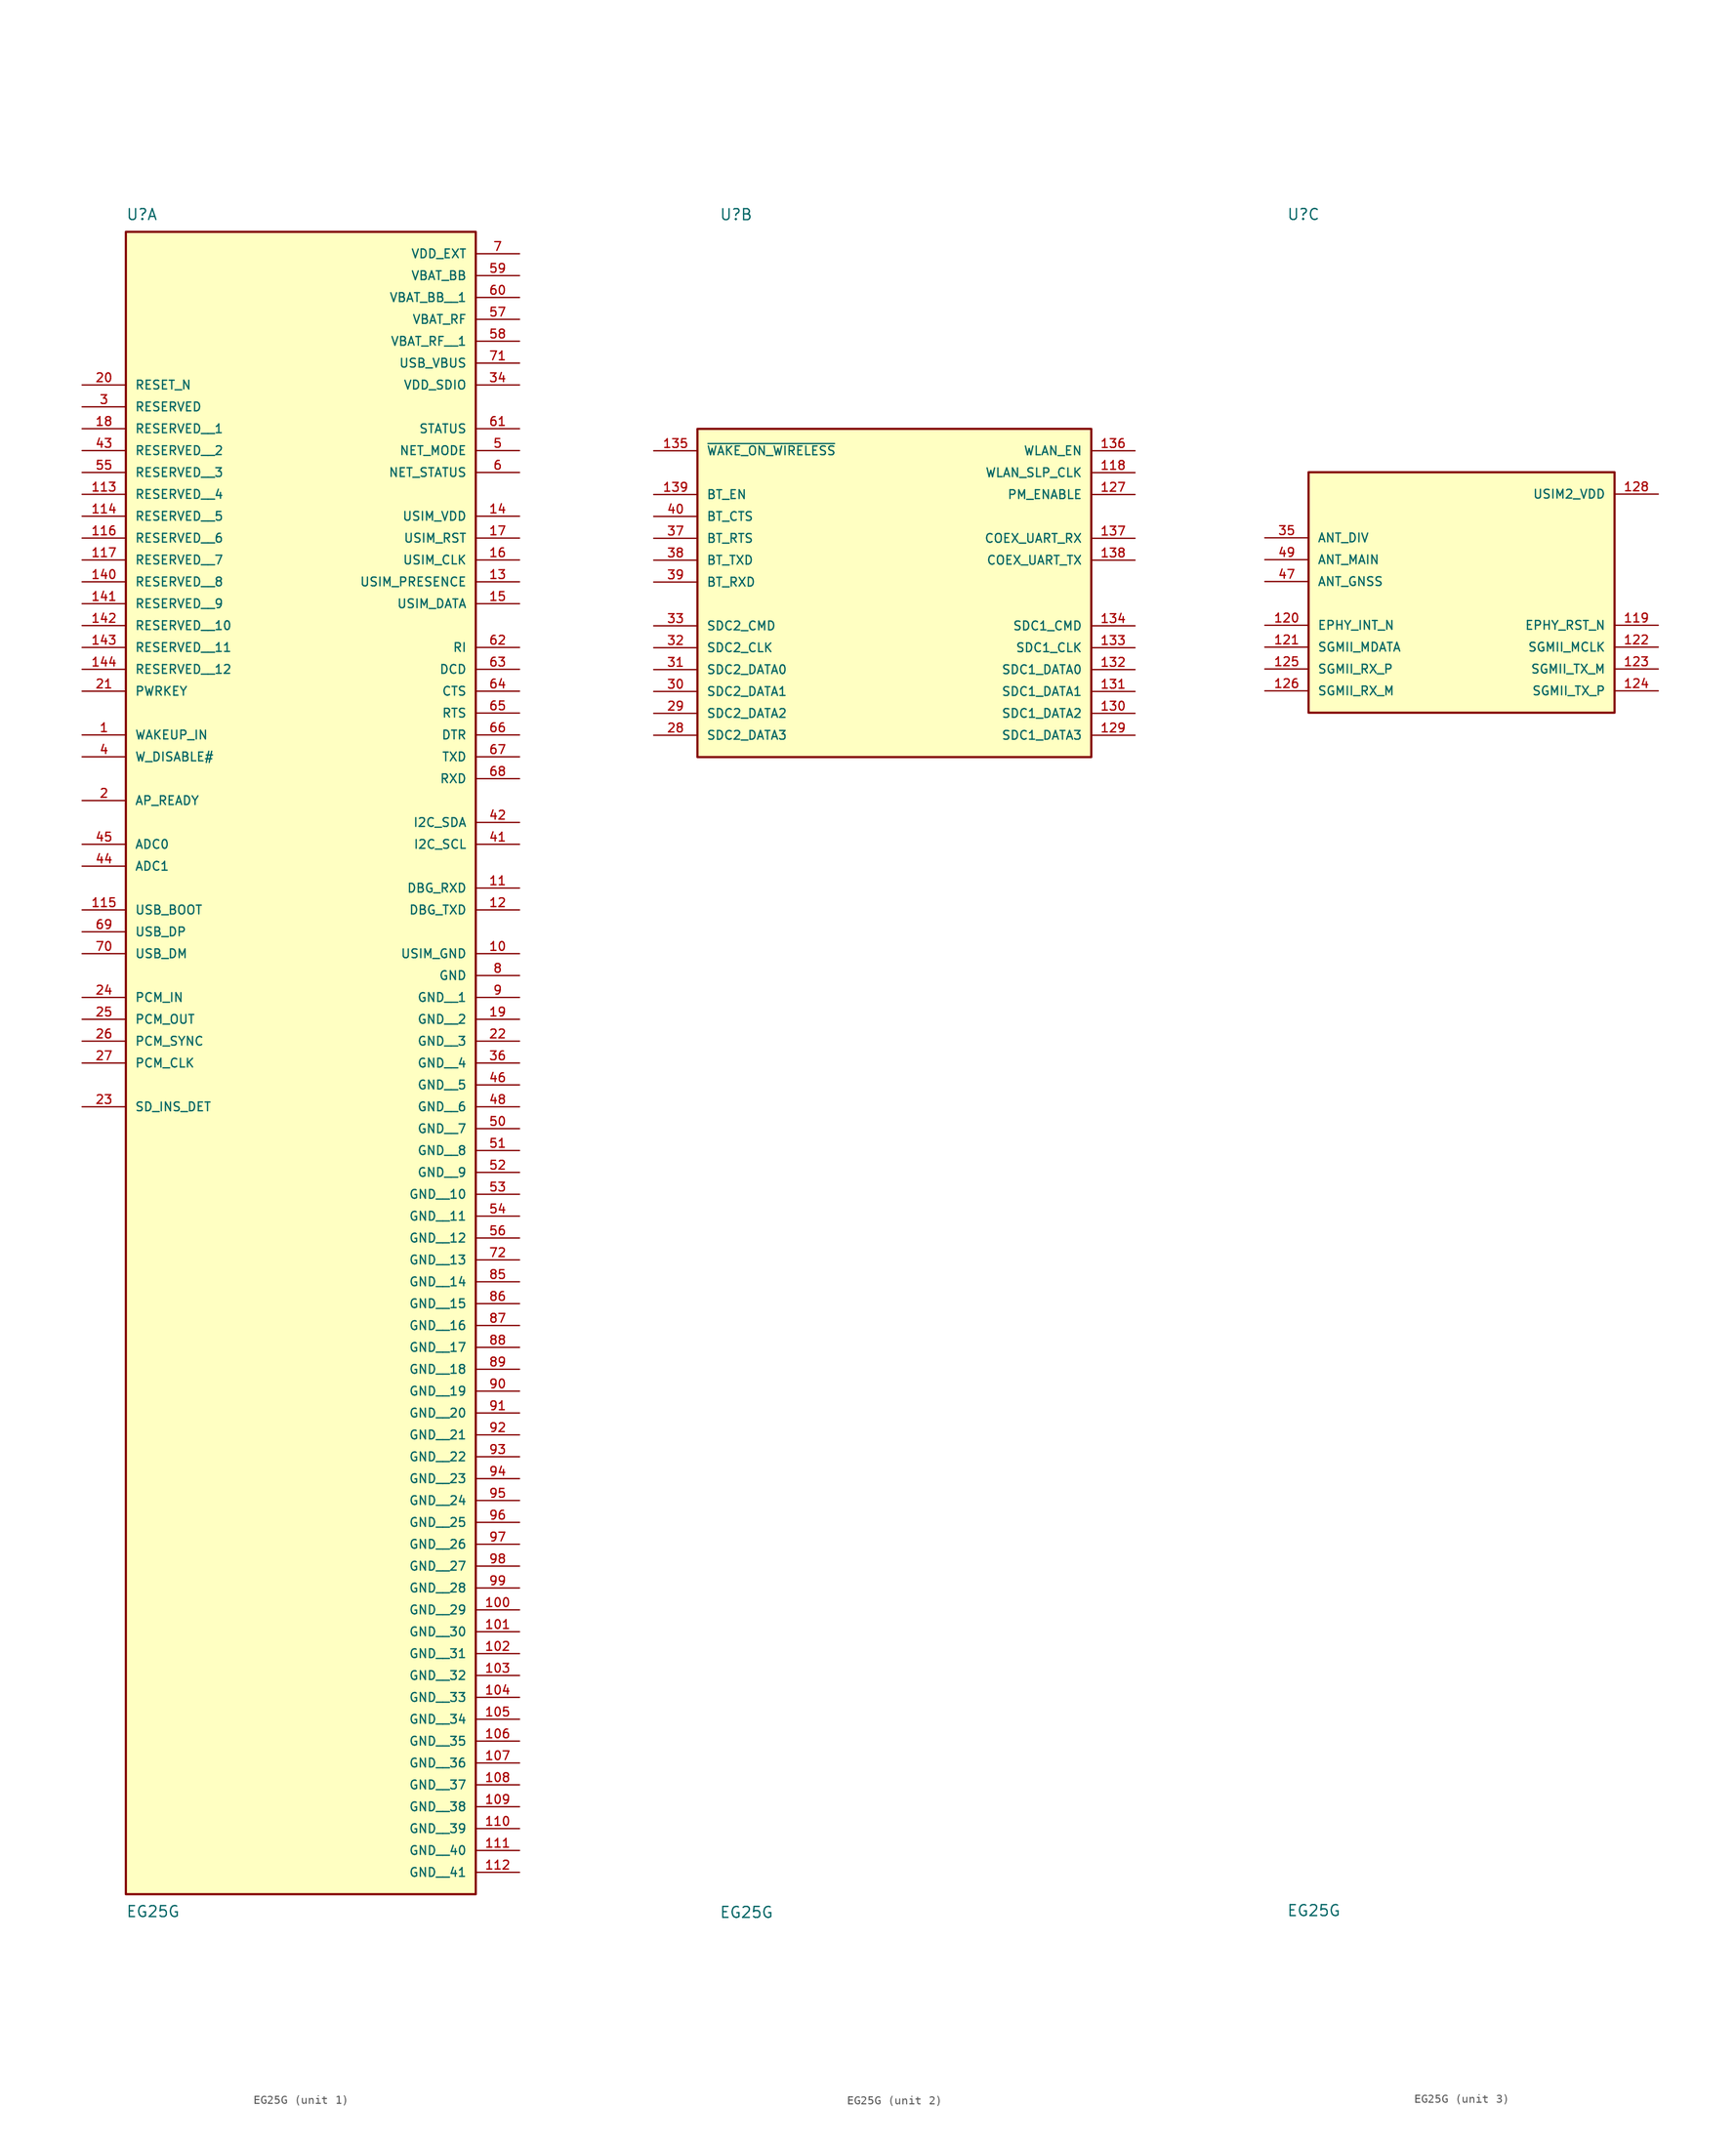
<source format=kicad_sym>
(kicad_symbol_lib
  (version 20211014)
  (generator kicad_symbol_editor)
  (symbol "EG25G"
    (pin_names
      (offset 1.016))
    (property "Reference" "U"
      (at -20.32 41.91 0)
      (effects (font (size 1.27 1.27)) (justify bottom left)))
    (property "Value" "EG25G"
      (at -20.32 -153.67 0)
      (effects (font (size 1.27 1.27)) (justify top left)))
    (symbol "EG25G_1_0"
      (rectangle (start -20.32 -152.4) (end 20.32 40.64) (stroke (width 0.254)) (fill (type background)))
      (pin power_in line (at 25.4 35.56 180.0) (length 5.08) (name "VBAT_BB" (effects (font (size 1.016 1.016)))) (number "59" (effects (font (size 1.016 1.016)))))
      (pin power_in line (at 25.4 30.48 180.0) (length 5.08) (name "VBAT_RF" (effects (font (size 1.016 1.016)))) (number "57" (effects (font (size 1.016 1.016)))))
      (pin power_in line (at 25.4 38.1 180.0) (length 5.08) (name "VDD_EXT" (effects (font (size 1.016 1.016)))) (number "7" (effects (font (size 1.016 1.016)))))
      (pin power_in line (at 25.4 -45.72 180.0) (length 5.08) (name "GND" (effects (font (size 1.016 1.016)))) (number "8" (effects (font (size 1.016 1.016)))))
      (pin input line (at -25.4 -12.7 0) (length 5.08) (name "PWRKEY" (effects (font (size 1.016 1.016)))) (number "21" (effects (font (size 1.016 1.016)))))
      (pin input line (at -25.4 22.86 0) (length 5.08) (name "RESET_N" (effects (font (size 1.016 1.016)))) (number "20" (effects (font (size 1.016 1.016)))))
      (pin output line (at 25.4 17.78 180.0) (length 5.08) (name "STATUS" (effects (font (size 1.016 1.016)))) (number "61" (effects (font (size 1.016 1.016)))))
      (pin output line (at 25.4 15.24 180.0) (length 5.08) (name "NET_MODE" (effects (font (size 1.016 1.016)))) (number "5" (effects (font (size 1.016 1.016)))))
      (pin output line (at 25.4 12.7 180.0) (length 5.08) (name "NET_STATUS" (effects (font (size 1.016 1.016)))) (number "6" (effects (font (size 1.016 1.016)))))
      (pin power_in line (at 25.4 25.4 180.0) (length 5.08) (name "USB_VBUS" (effects (font (size 1.016 1.016)))) (number "71" (effects (font (size 1.016 1.016)))))
      (pin bidirectional line (at -25.4 -40.64 0) (length 5.08) (name "USB_DP" (effects (font (size 1.016 1.016)))) (number "69" (effects (font (size 1.016 1.016)))))
      (pin bidirectional line (at -25.4 -43.18 0) (length 5.08) (name "USB_DM" (effects (font (size 1.016 1.016)))) (number "70" (effects (font (size 1.016 1.016)))))
      (pin power_in line (at 25.4 -43.18 180.0) (length 5.08) (name "USIM_GND" (effects (font (size 1.016 1.016)))) (number "10" (effects (font (size 1.016 1.016)))))
      (pin output line (at 25.4 7.62 180.0) (length 5.08) (name "USIM_VDD" (effects (font (size 1.016 1.016)))) (number "14" (effects (font (size 1.016 1.016)))))
      (pin bidirectional line (at 25.4 -2.54 180.0) (length 5.08) (name "USIM_DATA" (effects (font (size 1.016 1.016)))) (number "15" (effects (font (size 1.016 1.016)))))
      (pin output line (at 25.4 2.54 180.0) (length 5.08) (name "USIM_CLK" (effects (font (size 1.016 1.016)))) (number "16" (effects (font (size 1.016 1.016)))))
      (pin output line (at 25.4 5.08 180.0) (length 5.08) (name "USIM_RST" (effects (font (size 1.016 1.016)))) (number "17" (effects (font (size 1.016 1.016)))))
      (pin input line (at 25.4 0.0 180.0) (length 5.08) (name "USIM_PRESENCE" (effects (font (size 1.016 1.016)))) (number "13" (effects (font (size 1.016 1.016)))))
      (pin output line (at 25.4 -7.62 180.0) (length 5.08) (name "RI" (effects (font (size 1.016 1.016)))) (number "62" (effects (font (size 1.016 1.016)))))
      (pin output line (at 25.4 -10.16 180.0) (length 5.08) (name "DCD" (effects (font (size 1.016 1.016)))) (number "63" (effects (font (size 1.016 1.016)))))
      (pin output line (at 25.4 -12.7 180.0) (length 5.08) (name "CTS" (effects (font (size 1.016 1.016)))) (number "64" (effects (font (size 1.016 1.016)))))
      (pin input line (at 25.4 -15.24 180.0) (length 5.08) (name "RTS" (effects (font (size 1.016 1.016)))) (number "65" (effects (font (size 1.016 1.016)))))
      (pin input line (at 25.4 -17.78 180.0) (length 5.08) (name "DTR" (effects (font (size 1.016 1.016)))) (number "66" (effects (font (size 1.016 1.016)))))
      (pin output line (at 25.4 -20.32 180.0) (length 5.08) (name "TXD" (effects (font (size 1.016 1.016)))) (number "67" (effects (font (size 1.016 1.016)))))
      (pin input line (at 25.4 -22.86 180.0) (length 5.08) (name "RXD" (effects (font (size 1.016 1.016)))) (number "68" (effects (font (size 1.016 1.016)))))
      (pin output line (at 25.4 -38.1 180.0) (length 5.08) (name "DBG_TXD" (effects (font (size 1.016 1.016)))) (number "12" (effects (font (size 1.016 1.016)))))
      (pin input line (at 25.4 -35.56 180.0) (length 5.08) (name "DBG_RXD" (effects (font (size 1.016 1.016)))) (number "11" (effects (font (size 1.016 1.016)))))
      (pin input line (at -25.4 -30.48 0) (length 5.08) (name "ADC0" (effects (font (size 1.016 1.016)))) (number "45" (effects (font (size 1.016 1.016)))))
      (pin input line (at -25.4 -33.02 0) (length 5.08) (name "ADC1" (effects (font (size 1.016 1.016)))) (number "44" (effects (font (size 1.016 1.016)))))
      (pin input line (at -25.4 -48.26 0) (length 5.08) (name "PCM_IN" (effects (font (size 1.016 1.016)))) (number "24" (effects (font (size 1.016 1.016)))))
      (pin output line (at -25.4 -50.8 0) (length 5.08) (name "PCM_OUT" (effects (font (size 1.016 1.016)))) (number "25" (effects (font (size 1.016 1.016)))))
      (pin bidirectional line (at -25.4 -53.34 0) (length 5.08) (name "PCM_SYNC" (effects (font (size 1.016 1.016)))) (number "26" (effects (font (size 1.016 1.016)))))
      (pin bidirectional line (at -25.4 -55.88 0) (length 5.08) (name "PCM_CLK" (effects (font (size 1.016 1.016)))) (number "27" (effects (font (size 1.016 1.016)))))
      (pin output line (at 25.4 -30.48 180.0) (length 5.08) (name "I2C_SCL" (effects (font (size 1.016 1.016)))) (number "41" (effects (font (size 1.016 1.016)))))
      (pin output line (at 25.4 -27.94 180.0) (length 5.08) (name "I2C_SDA" (effects (font (size 1.016 1.016)))) (number "42" (effects (font (size 1.016 1.016)))))
      (pin input line (at -25.4 -60.96 0) (length 5.08) (name "SD_INS_DET" (effects (font (size 1.016 1.016)))) (number "23" (effects (font (size 1.016 1.016)))))
      (pin output line (at 25.4 22.86 180.0) (length 5.08) (name "VDD_SDIO" (effects (font (size 1.016 1.016)))) (number "34" (effects (font (size 1.016 1.016)))))
      (pin input line (at -25.4 -17.78 0) (length 5.08) (name "WAKEUP_IN" (effects (font (size 1.016 1.016)))) (number "1" (effects (font (size 1.016 1.016)))))
      (pin input line (at -25.4 -20.32 0) (length 5.08) (name "W_DISABLE#" (effects (font (size 1.016 1.016)))) (number "4" (effects (font (size 1.016 1.016)))))
      (pin input line (at -25.4 -25.4 0) (length 5.08) (name "AP_READY" (effects (font (size 1.016 1.016)))) (number "2" (effects (font (size 1.016 1.016)))))
      (pin input line (at -25.4 -38.1 0) (length 5.08) (name "USB_BOOT" (effects (font (size 1.016 1.016)))) (number "115" (effects (font (size 1.016 1.016)))))
      (pin bidirectional line (at -25.4 20.32 0) (length 5.08) (name "RESERVED" (effects (font (size 1.016 1.016)))) (number "3" (effects (font (size 1.016 1.016)))))
      (pin bidirectional line (at -25.4 17.78 0) (length 5.08) (name "RESERVED__1" (effects (font (size 1.016 1.016)))) (number "18" (effects (font (size 1.016 1.016)))))
      (pin bidirectional line (at -25.4 15.24 0) (length 5.08) (name "RESERVED__2" (effects (font (size 1.016 1.016)))) (number "43" (effects (font (size 1.016 1.016)))))
      (pin bidirectional line (at -25.4 12.7 0) (length 5.08) (name "RESERVED__3" (effects (font (size 1.016 1.016)))) (number "55" (effects (font (size 1.016 1.016)))))
      (pin bidirectional line (at -25.4 10.16 0) (length 5.08) (name "RESERVED__4" (effects (font (size 1.016 1.016)))) (number "113" (effects (font (size 1.016 1.016)))))
      (pin bidirectional line (at -25.4 7.62 0) (length 5.08) (name "RESERVED__5" (effects (font (size 1.016 1.016)))) (number "114" (effects (font (size 1.016 1.016)))))
      (pin bidirectional line (at -25.4 5.08 0) (length 5.08) (name "RESERVED__6" (effects (font (size 1.016 1.016)))) (number "116" (effects (font (size 1.016 1.016)))))
      (pin bidirectional line (at -25.4 2.54 0) (length 5.08) (name "RESERVED__7" (effects (font (size 1.016 1.016)))) (number "117" (effects (font (size 1.016 1.016)))))
      (pin bidirectional line (at -25.4 0.0 0) (length 5.08) (name "RESERVED__8" (effects (font (size 1.016 1.016)))) (number "140" (effects (font (size 1.016 1.016)))))
      (pin bidirectional line (at -25.4 -2.54 0) (length 5.08) (name "RESERVED__9" (effects (font (size 1.016 1.016)))) (number "141" (effects (font (size 1.016 1.016)))))
      (pin bidirectional line (at -25.4 -5.08 0) (length 5.08) (name "RESERVED__10" (effects (font (size 1.016 1.016)))) (number "142" (effects (font (size 1.016 1.016)))))
      (pin bidirectional line (at -25.4 -7.62 0) (length 5.08) (name "RESERVED__11" (effects (font (size 1.016 1.016)))) (number "143" (effects (font (size 1.016 1.016)))))
      (pin bidirectional line (at -25.4 -10.16 0) (length 5.08) (name "RESERVED__12" (effects (font (size 1.016 1.016)))) (number "144" (effects (font (size 1.016 1.016)))))
      (pin power_in line (at 25.4 33.02 180.0) (length 5.08) (name "VBAT_BB__1" (effects (font (size 1.016 1.016)))) (number "60" (effects (font (size 1.016 1.016)))))
      (pin power_in line (at 25.4 27.94 180.0) (length 5.08) (name "VBAT_RF__1" (effects (font (size 1.016 1.016)))) (number "58" (effects (font (size 1.016 1.016)))))
      (pin power_in line (at 25.4 -48.26 180.0) (length 5.08) (name "GND__1" (effects (font (size 1.016 1.016)))) (number "9" (effects (font (size 1.016 1.016)))))
      (pin power_in line (at 25.4 -50.8 180.0) (length 5.08) (name "GND__2" (effects (font (size 1.016 1.016)))) (number "19" (effects (font (size 1.016 1.016)))))
      (pin power_in line (at 25.4 -53.34 180.0) (length 5.08) (name "GND__3" (effects (font (size 1.016 1.016)))) (number "22" (effects (font (size 1.016 1.016)))))
      (pin power_in line (at 25.4 -55.88 180.0) (length 5.08) (name "GND__4" (effects (font (size 1.016 1.016)))) (number "36" (effects (font (size 1.016 1.016)))))
      (pin power_in line (at 25.4 -58.42 180.0) (length 5.08) (name "GND__5" (effects (font (size 1.016 1.016)))) (number "46" (effects (font (size 1.016 1.016)))))
      (pin power_in line (at 25.4 -60.96 180.0) (length 5.08) (name "GND__6" (effects (font (size 1.016 1.016)))) (number "48" (effects (font (size 1.016 1.016)))))
      (pin power_in line (at 25.4 -63.5 180.0) (length 5.08) (name "GND__7" (effects (font (size 1.016 1.016)))) (number "50" (effects (font (size 1.016 1.016)))))
      (pin power_in line (at 25.4 -66.04 180.0) (length 5.08) (name "GND__8" (effects (font (size 1.016 1.016)))) (number "51" (effects (font (size 1.016 1.016)))))
      (pin power_in line (at 25.4 -68.58 180.0) (length 5.08) (name "GND__9" (effects (font (size 1.016 1.016)))) (number "52" (effects (font (size 1.016 1.016)))))
      (pin power_in line (at 25.4 -71.12 180.0) (length 5.08) (name "GND__10" (effects (font (size 1.016 1.016)))) (number "53" (effects (font (size 1.016 1.016)))))
      (pin power_in line (at 25.4 -73.66 180.0) (length 5.08) (name "GND__11" (effects (font (size 1.016 1.016)))) (number "54" (effects (font (size 1.016 1.016)))))
      (pin power_in line (at 25.4 -76.2 180.0) (length 5.08) (name "GND__12" (effects (font (size 1.016 1.016)))) (number "56" (effects (font (size 1.016 1.016)))))
      (pin power_in line (at 25.4 -78.74 180.0) (length 5.08) (name "GND__13" (effects (font (size 1.016 1.016)))) (number "72" (effects (font (size 1.016 1.016)))))
      (pin power_in line (at 25.4 -81.28 180.0) (length 5.08) (name "GND__14" (effects (font (size 1.016 1.016)))) (number "85" (effects (font (size 1.016 1.016)))))
      (pin power_in line (at 25.4 -83.82 180.0) (length 5.08) (name "GND__15" (effects (font (size 1.016 1.016)))) (number "86" (effects (font (size 1.016 1.016)))))
      (pin power_in line (at 25.4 -86.36 180.0) (length 5.08) (name "GND__16" (effects (font (size 1.016 1.016)))) (number "87" (effects (font (size 1.016 1.016)))))
      (pin power_in line (at 25.4 -88.9 180.0) (length 5.08) (name "GND__17" (effects (font (size 1.016 1.016)))) (number "88" (effects (font (size 1.016 1.016)))))
      (pin power_in line (at 25.4 -91.44 180.0) (length 5.08) (name "GND__18" (effects (font (size 1.016 1.016)))) (number "89" (effects (font (size 1.016 1.016)))))
      (pin power_in line (at 25.4 -93.98 180.0) (length 5.08) (name "GND__19" (effects (font (size 1.016 1.016)))) (number "90" (effects (font (size 1.016 1.016)))))
      (pin power_in line (at 25.4 -96.52 180.0) (length 5.08) (name "GND__20" (effects (font (size 1.016 1.016)))) (number "91" (effects (font (size 1.016 1.016)))))
      (pin power_in line (at 25.4 -99.06 180.0) (length 5.08) (name "GND__21" (effects (font (size 1.016 1.016)))) (number "92" (effects (font (size 1.016 1.016)))))
      (pin power_in line (at 25.4 -101.6 180.0) (length 5.08) (name "GND__22" (effects (font (size 1.016 1.016)))) (number "93" (effects (font (size 1.016 1.016)))))
      (pin power_in line (at 25.4 -104.14 180.0) (length 5.08) (name "GND__23" (effects (font (size 1.016 1.016)))) (number "94" (effects (font (size 1.016 1.016)))))
      (pin power_in line (at 25.4 -106.68 180.0) (length 5.08) (name "GND__24" (effects (font (size 1.016 1.016)))) (number "95" (effects (font (size 1.016 1.016)))))
      (pin power_in line (at 25.4 -109.22 180.0) (length 5.08) (name "GND__25" (effects (font (size 1.016 1.016)))) (number "96" (effects (font (size 1.016 1.016)))))
      (pin power_in line (at 25.4 -111.76 180.0) (length 5.08) (name "GND__26" (effects (font (size 1.016 1.016)))) (number "97" (effects (font (size 1.016 1.016)))))
      (pin power_in line (at 25.4 -114.3 180.0) (length 5.08) (name "GND__27" (effects (font (size 1.016 1.016)))) (number "98" (effects (font (size 1.016 1.016)))))
      (pin power_in line (at 25.4 -116.84 180.0) (length 5.08) (name "GND__28" (effects (font (size 1.016 1.016)))) (number "99" (effects (font (size 1.016 1.016)))))
      (pin power_in line (at 25.4 -119.38 180.0) (length 5.08) (name "GND__29" (effects (font (size 1.016 1.016)))) (number "100" (effects (font (size 1.016 1.016)))))
      (pin power_in line (at 25.4 -121.92 180.0) (length 5.08) (name "GND__30" (effects (font (size 1.016 1.016)))) (number "101" (effects (font (size 1.016 1.016)))))
      (pin power_in line (at 25.4 -124.46 180.0) (length 5.08) (name "GND__31" (effects (font (size 1.016 1.016)))) (number "102" (effects (font (size 1.016 1.016)))))
      (pin power_in line (at 25.4 -127.0 180.0) (length 5.08) (name "GND__32" (effects (font (size 1.016 1.016)))) (number "103" (effects (font (size 1.016 1.016)))))
      (pin power_in line (at 25.4 -129.54 180.0) (length 5.08) (name "GND__33" (effects (font (size 1.016 1.016)))) (number "104" (effects (font (size 1.016 1.016)))))
      (pin power_in line (at 25.4 -132.08 180.0) (length 5.08) (name "GND__34" (effects (font (size 1.016 1.016)))) (number "105" (effects (font (size 1.016 1.016)))))
      (pin power_in line (at 25.4 -134.62 180.0) (length 5.08) (name "GND__35" (effects (font (size 1.016 1.016)))) (number "106" (effects (font (size 1.016 1.016)))))
      (pin power_in line (at 25.4 -137.16 180.0) (length 5.08) (name "GND__36" (effects (font (size 1.016 1.016)))) (number "107" (effects (font (size 1.016 1.016)))))
      (pin power_in line (at 25.4 -139.7 180.0) (length 5.08) (name "GND__37" (effects (font (size 1.016 1.016)))) (number "108" (effects (font (size 1.016 1.016)))))
      (pin power_in line (at 25.4 -142.24 180.0) (length 5.08) (name "GND__38" (effects (font (size 1.016 1.016)))) (number "109" (effects (font (size 1.016 1.016)))))
      (pin power_in line (at 25.4 -144.78 180.0) (length 5.08) (name "GND__39" (effects (font (size 1.016 1.016)))) (number "110" (effects (font (size 1.016 1.016)))))
      (pin power_in line (at 25.4 -147.32 180.0) (length 5.08) (name "GND__40" (effects (font (size 1.016 1.016)))) (number "111" (effects (font (size 1.016 1.016)))))
      (pin power_in line (at 25.4 -149.86 180.0) (length 5.08) (name "GND__41" (effects (font (size 1.016 1.016)))) (number "112" (effects (font (size 1.016 1.016))))))
    (symbol "EG25G_2_0"
      (rectangle (start -22.86 -20.32) (end 22.86 17.78) (stroke (width 0.254)) (fill (type background)))
      (pin bidirectional line (at -27.94 -17.78 0) (length 5.08) (name "SDC2_DATA3" (effects (font (size 1.016 1.016)))) (number "28" (effects (font (size 1.016 1.016)))))
      (pin bidirectional line (at -27.94 -15.24 0) (length 5.08) (name "SDC2_DATA2" (effects (font (size 1.016 1.016)))) (number "29" (effects (font (size 1.016 1.016)))))
      (pin bidirectional line (at -27.94 -12.7 0) (length 5.08) (name "SDC2_DATA1" (effects (font (size 1.016 1.016)))) (number "30" (effects (font (size 1.016 1.016)))))
      (pin bidirectional line (at -27.94 -10.16 0) (length 5.08) (name "SDC2_DATA0" (effects (font (size 1.016 1.016)))) (number "31" (effects (font (size 1.016 1.016)))))
      (pin output line (at -27.94 -7.62 0) (length 5.08) (name "SDC2_CLK" (effects (font (size 1.016 1.016)))) (number "32" (effects (font (size 1.016 1.016)))))
      (pin bidirectional line (at -27.94 -5.08 0) (length 5.08) (name "SDC2_CMD" (effects (font (size 1.016 1.016)))) (number "33" (effects (font (size 1.016 1.016)))))
      (pin output line (at 27.94 12.7 180.0) (length 5.08) (name "WLAN_SLP_CLK" (effects (font (size 1.016 1.016)))) (number "118" (effects (font (size 1.016 1.016)))))
      (pin output line (at 27.94 10.16 180.0) (length 5.08) (name "PM_ENABLE" (effects (font (size 1.016 1.016)))) (number "127" (effects (font (size 1.016 1.016)))))
      (pin bidirectional line (at 27.94 -17.78 180.0) (length 5.08) (name "SDC1_DATA3" (effects (font (size 1.016 1.016)))) (number "129" (effects (font (size 1.016 1.016)))))
      (pin bidirectional line (at 27.94 -15.24 180.0) (length 5.08) (name "SDC1_DATA2" (effects (font (size 1.016 1.016)))) (number "130" (effects (font (size 1.016 1.016)))))
      (pin bidirectional line (at 27.94 -12.7 180.0) (length 5.08) (name "SDC1_DATA1" (effects (font (size 1.016 1.016)))) (number "131" (effects (font (size 1.016 1.016)))))
      (pin bidirectional line (at 27.94 -10.16 180.0) (length 5.08) (name "SDC1_DATA0" (effects (font (size 1.016 1.016)))) (number "132" (effects (font (size 1.016 1.016)))))
      (pin output line (at 27.94 -7.62 180.0) (length 5.08) (name "SDC1_CLK" (effects (font (size 1.016 1.016)))) (number "133" (effects (font (size 1.016 1.016)))))
      (pin output line (at 27.94 -5.08 180.0) (length 5.08) (name "SDC1_CMD" (effects (font (size 1.016 1.016)))) (number "134" (effects (font (size 1.016 1.016)))))
      (pin input line (at -27.94 15.24 0) (length 5.08) (name "~{WAKE_ON_WIRELESS}" (effects (font (size 1.016 1.016)))) (number "135" (effects (font (size 1.016 1.016)))))
      (pin output line (at 27.94 15.24 180.0) (length 5.08) (name "WLAN_EN" (effects (font (size 1.016 1.016)))) (number "136" (effects (font (size 1.016 1.016)))))
      (pin input line (at 27.94 5.08 180.0) (length 5.08) (name "COEX_UART_RX" (effects (font (size 1.016 1.016)))) (number "137" (effects (font (size 1.016 1.016)))))
      (pin output line (at 27.94 2.54 180.0) (length 5.08) (name "COEX_UART_TX" (effects (font (size 1.016 1.016)))) (number "138" (effects (font (size 1.016 1.016)))))
      (pin input line (at -27.94 5.08 0) (length 5.08) (name "BT_RTS" (effects (font (size 1.016 1.016)))) (number "37" (effects (font (size 1.016 1.016)))))
      (pin output line (at -27.94 2.54 0) (length 5.08) (name "BT_TXD" (effects (font (size 1.016 1.016)))) (number "38" (effects (font (size 1.016 1.016)))))
      (pin input line (at -27.94 0.0 0) (length 5.08) (name "BT_RXD" (effects (font (size 1.016 1.016)))) (number "39" (effects (font (size 1.016 1.016)))))
      (pin output line (at -27.94 7.62 0) (length 5.08) (name "BT_CTS" (effects (font (size 1.016 1.016)))) (number "40" (effects (font (size 1.016 1.016)))))
      (pin output line (at -27.94 10.16 0) (length 5.08) (name "BT_EN" (effects (font (size 1.016 1.016)))) (number "139" (effects (font (size 1.016 1.016))))))
    (symbol "EG25G_3_0"
      (rectangle (start -17.78 -15.24) (end 17.78 12.7) (stroke (width 0.254)) (fill (type background)))
      (pin output line (at 22.86 -5.08 180.0) (length 5.08) (name "EPHY_RST_N" (effects (font (size 1.016 1.016)))) (number "119" (effects (font (size 1.016 1.016)))))
      (pin input line (at -22.86 -5.08 0) (length 5.08) (name "EPHY_INT_N" (effects (font (size 1.016 1.016)))) (number "120" (effects (font (size 1.016 1.016)))))
      (pin bidirectional line (at -22.86 -7.62 0) (length 5.08) (name "SGMII_MDATA" (effects (font (size 1.016 1.016)))) (number "121" (effects (font (size 1.016 1.016)))))
      (pin output line (at 22.86 -7.62 180.0) (length 5.08) (name "SGMII_MCLK" (effects (font (size 1.016 1.016)))) (number "122" (effects (font (size 1.016 1.016)))))
      (pin output line (at 22.86 -10.16 180.0) (length 5.08) (name "SGMII_TX_M" (effects (font (size 1.016 1.016)))) (number "123" (effects (font (size 1.016 1.016)))))
      (pin output line (at 22.86 -12.7 180.0) (length 5.08) (name "SGMII_TX_P" (effects (font (size 1.016 1.016)))) (number "124" (effects (font (size 1.016 1.016)))))
      (pin input line (at -22.86 -10.16 0) (length 5.08) (name "SGMII_RX_P" (effects (font (size 1.016 1.016)))) (number "125" (effects (font (size 1.016 1.016)))))
      (pin input line (at -22.86 -12.7 0) (length 5.08) (name "SGMII_RX_M" (effects (font (size 1.016 1.016)))) (number "126" (effects (font (size 1.016 1.016)))))
      (pin output line (at 22.86 10.16 180.0) (length 5.08) (name "USIM2_VDD" (effects (font (size 1.016 1.016)))) (number "128" (effects (font (size 1.016 1.016)))))
      (pin input line (at -22.86 5.08 0) (length 5.08) (name "ANT_DIV" (effects (font (size 1.016 1.016)))) (number "35" (effects (font (size 1.016 1.016)))))
      (pin output line (at -22.86 2.54 0) (length 5.08) (name "ANT_MAIN" (effects (font (size 1.016 1.016)))) (number "49" (effects (font (size 1.016 1.016)))))
      (pin input line (at -22.86 0.0 0) (length 5.08) (name "ANT_GNSS" (effects (font (size 1.016 1.016)))) (number "47" (effects (font (size 1.016 1.016))))))))
</source>
